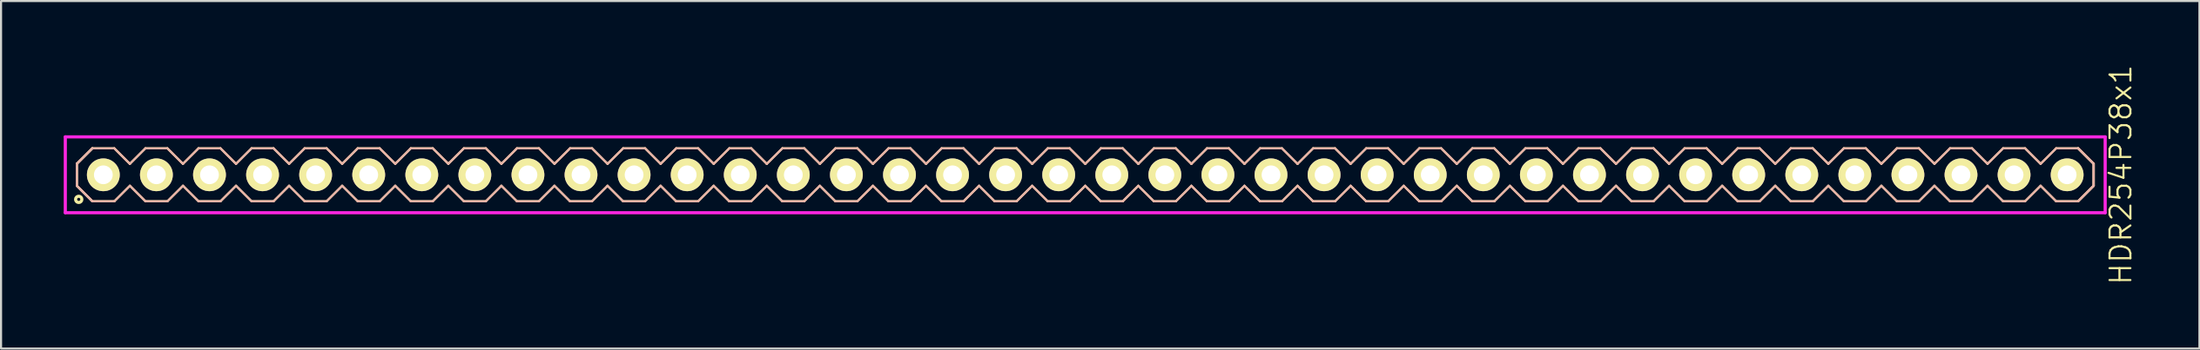
<source format=kicad_pcb>
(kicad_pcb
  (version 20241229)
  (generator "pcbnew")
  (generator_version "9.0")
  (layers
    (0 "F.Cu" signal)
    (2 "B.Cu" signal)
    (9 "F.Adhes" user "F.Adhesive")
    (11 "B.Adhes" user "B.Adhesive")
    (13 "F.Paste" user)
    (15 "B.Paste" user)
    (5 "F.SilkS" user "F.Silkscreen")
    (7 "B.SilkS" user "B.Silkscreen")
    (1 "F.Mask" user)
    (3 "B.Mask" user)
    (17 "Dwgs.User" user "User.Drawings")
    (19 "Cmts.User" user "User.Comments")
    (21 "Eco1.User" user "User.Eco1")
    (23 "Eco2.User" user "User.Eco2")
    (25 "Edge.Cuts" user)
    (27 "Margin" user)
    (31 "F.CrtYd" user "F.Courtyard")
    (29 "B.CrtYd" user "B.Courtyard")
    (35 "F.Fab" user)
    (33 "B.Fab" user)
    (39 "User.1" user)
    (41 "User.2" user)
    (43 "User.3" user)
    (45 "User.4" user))
  (footprint "HDR254P38x1"
    (layer "F.Cu")
    (at 48.885 5.336)
    (property "Reference" "HDR254P38x1" (at 49.56 0 90) (layer "F.SilkS") (effects (font (size 1 1) (thickness 0.1))))
    (attr through_hole)
    (fp_line (start -48.26 -0.526) (end -47.516 -1.27) (stroke (width 0.1) (type solid)) (layer "F.SilkS"))
    (fp_line (start -48.26 -0.526) (end -47.516 -1.27) (stroke (width 0.1) (type solid)) (layer "F.SilkS"))
    (fp_line (start -48.26 0.526) (end -48.26 -0.526) (stroke (width 0.1) (type solid)) (layer "F.SilkS"))
    (fp_line (start -48.26 0.526) (end -48.26 -0.526) (stroke (width 0.1) (type solid)) (layer "F.SilkS"))
    (fp_line (start -47.516 -1.27) (end -46.464 -1.27) (stroke (width 0.1) (type solid)) (layer "F.SilkS"))
    (fp_line (start -47.516 1.27) (end -48.26 0.526) (stroke (width 0.1) (type solid)) (layer "F.SilkS"))
    (fp_line (start -47.516 1.27) (end -48.26 0.526) (stroke (width 0.1) (type solid)) (layer "F.SilkS"))
    (fp_line (start -46.464 -1.27) (end -45.72 -0.526) (stroke (width 0.1) (type solid)) (layer "F.SilkS"))
    (fp_line (start -46.464 1.27) (end -47.516 1.27) (stroke (width 0.1) (type solid)) (layer "F.SilkS"))
    (fp_line (start -45.72 -0.526) (end -44.976 -1.27) (stroke (width 0.1) (type solid)) (layer "F.SilkS"))
    (fp_line (start -45.72 0.526) (end -46.464 1.27) (stroke (width 0.1) (type solid)) (layer "F.SilkS"))
    (fp_line (start -44.976 -1.27) (end -43.924 -1.27) (stroke (width 0.1) (type solid)) (layer "F.SilkS"))
    (fp_line (start -44.976 1.27) (end -45.72 0.526) (stroke (width 0.1) (type solid)) (layer "F.SilkS"))
    (fp_line (start -43.924 -1.27) (end -43.18 -0.526) (stroke (width 0.1) (type solid)) (layer "F.SilkS"))
    (fp_line (start -43.924 1.27) (end -44.976 1.27) (stroke (width 0.1) (type solid)) (layer "F.SilkS"))
    (fp_line (start -43.18 -0.526) (end -42.436 -1.27) (stroke (width 0.1) (type solid)) (layer "F.SilkS"))
    (fp_line (start -43.18 0.526) (end -43.924 1.27) (stroke (width 0.1) (type solid)) (layer "F.SilkS"))
    (fp_line (start -42.436 -1.27) (end -41.384 -1.27) (stroke (width 0.1) (type solid)) (layer "F.SilkS"))
    (fp_line (start -42.436 1.27) (end -43.18 0.526) (stroke (width 0.1) (type solid)) (layer "F.SilkS"))
    (fp_line (start -41.384 -1.27) (end -40.64 -0.526) (stroke (width 0.1) (type solid)) (layer "F.SilkS"))
    (fp_line (start -41.384 1.27) (end -42.436 1.27) (stroke (width 0.1) (type solid)) (layer "F.SilkS"))
    (fp_line (start -40.64 -0.526) (end -39.896 -1.27) (stroke (width 0.1) (type solid)) (layer "F.SilkS"))
    (fp_line (start -40.64 0.526) (end -41.384 1.27) (stroke (width 0.1) (type solid)) (layer "F.SilkS"))
    (fp_line (start -39.896 -1.27) (end -38.844 -1.27) (stroke (width 0.1) (type solid)) (layer "F.SilkS"))
    (fp_line (start -39.896 1.27) (end -40.64 0.526) (stroke (width 0.1) (type solid)) (layer "F.SilkS"))
    (fp_line (start -38.844 -1.27) (end -38.1 -0.526) (stroke (width 0.1) (type solid)) (layer "F.SilkS"))
    (fp_line (start -38.844 1.27) (end -39.896 1.27) (stroke (width 0.1) (type solid)) (layer "F.SilkS"))
    (fp_line (start -38.1 -0.526) (end -37.356 -1.27) (stroke (width 0.1) (type solid)) (layer "F.SilkS"))
    (fp_line (start -38.1 0.526) (end -38.844 1.27) (stroke (width 0.1) (type solid)) (layer "F.SilkS"))
    (fp_line (start -37.356 -1.27) (end -36.304 -1.27) (stroke (width 0.1) (type solid)) (layer "F.SilkS"))
    (fp_line (start -37.356 1.27) (end -38.1 0.526) (stroke (width 0.1) (type solid)) (layer "F.SilkS"))
    (fp_line (start -36.304 -1.27) (end -35.56 -0.526) (stroke (width 0.1) (type solid)) (layer "F.SilkS"))
    (fp_line (start -36.304 1.27) (end -37.356 1.27) (stroke (width 0.1) (type solid)) (layer "F.SilkS"))
    (fp_line (start -35.56 -0.526) (end -34.816 -1.27) (stroke (width 0.1) (type solid)) (layer "F.SilkS"))
    (fp_line (start -35.56 0.526) (end -36.304 1.27) (stroke (width 0.1) (type solid)) (layer "F.SilkS"))
    (fp_line (start -34.816 -1.27) (end -33.764 -1.27) (stroke (width 0.1) (type solid)) (layer "F.SilkS"))
    (fp_line (start -34.816 1.27) (end -35.56 0.526) (stroke (width 0.1) (type solid)) (layer "F.SilkS"))
    (fp_line (start -33.764 -1.27) (end -33.02 -0.526) (stroke (width 0.1) (type solid)) (layer "F.SilkS"))
    (fp_line (start -33.764 1.27) (end -34.816 1.27) (stroke (width 0.1) (type solid)) (layer "F.SilkS"))
    (fp_line (start -33.02 -0.526) (end -32.276 -1.27) (stroke (width 0.1) (type solid)) (layer "F.SilkS"))
    (fp_line (start -33.02 0.526) (end -33.764 1.27) (stroke (width 0.1) (type solid)) (layer "F.SilkS"))
    (fp_line (start -32.276 -1.27) (end -31.224 -1.27) (stroke (width 0.1) (type solid)) (layer "F.SilkS"))
    (fp_line (start -32.276 1.27) (end -33.02 0.526) (stroke (width 0.1) (type solid)) (layer "F.SilkS"))
    (fp_line (start -31.224 -1.27) (end -30.48 -0.526) (stroke (width 0.1) (type solid)) (layer "F.SilkS"))
    (fp_line (start -31.224 1.27) (end -32.276 1.27) (stroke (width 0.1) (type solid)) (layer "F.SilkS"))
    (fp_line (start -30.48 -0.526) (end -29.736 -1.27) (stroke (width 0.1) (type solid)) (layer "F.SilkS"))
    (fp_line (start -30.48 0.526) (end -31.224 1.27) (stroke (width 0.1) (type solid)) (layer "F.SilkS"))
    (fp_line (start -29.736 -1.27) (end -28.684 -1.27) (stroke (width 0.1) (type solid)) (layer "F.SilkS"))
    (fp_line (start -29.736 1.27) (end -30.48 0.526) (stroke (width 0.1) (type solid)) (layer "F.SilkS"))
    (fp_line (start -28.684 -1.27) (end -27.94 -0.526) (stroke (width 0.1) (type solid)) (layer "F.SilkS"))
    (fp_line (start -28.684 1.27) (end -29.736 1.27) (stroke (width 0.1) (type solid)) (layer "F.SilkS"))
    (fp_line (start -27.94 -0.526) (end -27.196 -1.27) (stroke (width 0.1) (type solid)) (layer "F.SilkS"))
    (fp_line (start -27.94 0.526) (end -28.684 1.27) (stroke (width 0.1) (type solid)) (layer "F.SilkS"))
    (fp_line (start -27.196 -1.27) (end -26.144 -1.27) (stroke (width 0.1) (type solid)) (layer "F.SilkS"))
    (fp_line (start -27.196 1.27) (end -27.94 0.526) (stroke (width 0.1) (type solid)) (layer "F.SilkS"))
    (fp_line (start -26.144 -1.27) (end -25.4 -0.526) (stroke (width 0.1) (type solid)) (layer "F.SilkS"))
    (fp_line (start -26.144 1.27) (end -27.196 1.27) (stroke (width 0.1) (type solid)) (layer "F.SilkS"))
    (fp_line (start -25.4 -0.526) (end -24.656 -1.27) (stroke (width 0.1) (type solid)) (layer "F.SilkS"))
    (fp_line (start -25.4 0.526) (end -26.144 1.27) (stroke (width 0.1) (type solid)) (layer "F.SilkS"))
    (fp_line (start -24.656 -1.27) (end -23.604 -1.27) (stroke (width 0.1) (type solid)) (layer "F.SilkS"))
    (fp_line (start -24.656 1.27) (end -25.4 0.526) (stroke (width 0.1) (type solid)) (layer "F.SilkS"))
    (fp_line (start -23.604 -1.27) (end -22.86 -0.526) (stroke (width 0.1) (type solid)) (layer "F.SilkS"))
    (fp_line (start -23.604 1.27) (end -24.656 1.27) (stroke (width 0.1) (type solid)) (layer "F.SilkS"))
    (fp_line (start -22.86 -0.526) (end -22.116 -1.27) (stroke (width 0.1) (type solid)) (layer "F.SilkS"))
    (fp_line (start -22.86 0.526) (end -23.604 1.27) (stroke (width 0.1) (type solid)) (layer "F.SilkS"))
    (fp_line (start -22.116 -1.27) (end -21.064 -1.27) (stroke (width 0.1) (type solid)) (layer "F.SilkS"))
    (fp_line (start -22.116 1.27) (end -22.86 0.526) (stroke (width 0.1) (type solid)) (layer "F.SilkS"))
    (fp_line (start -21.064 -1.27) (end -20.32 -0.526) (stroke (width 0.1) (type solid)) (layer "F.SilkS"))
    (fp_line (start -21.064 1.27) (end -22.116 1.27) (stroke (width 0.1) (type solid)) (layer "F.SilkS"))
    (fp_line (start -20.32 -0.526) (end -19.576 -1.27) (stroke (width 0.1) (type solid)) (layer "F.SilkS"))
    (fp_line (start -20.32 0.526) (end -21.064 1.27) (stroke (width 0.1) (type solid)) (layer "F.SilkS"))
    (fp_line (start -19.576 -1.27) (end -18.524 -1.27) (stroke (width 0.1) (type solid)) (layer "F.SilkS"))
    (fp_line (start -19.576 1.27) (end -20.32 0.526) (stroke (width 0.1) (type solid)) (layer "F.SilkS"))
    (fp_line (start -18.524 -1.27) (end -17.78 -0.526) (stroke (width 0.1) (type solid)) (layer "F.SilkS"))
    (fp_line (start -18.524 1.27) (end -19.576 1.27) (stroke (width 0.1) (type solid)) (layer "F.SilkS"))
    (fp_line (start -17.78 -0.526) (end -17.036 -1.27) (stroke (width 0.1) (type solid)) (layer "F.SilkS"))
    (fp_line (start -17.78 0.526) (end -18.524 1.27) (stroke (width 0.1) (type solid)) (layer "F.SilkS"))
    (fp_line (start -17.036 -1.27) (end -15.984 -1.27) (stroke (width 0.1) (type solid)) (layer "F.SilkS"))
    (fp_line (start -17.036 1.27) (end -17.78 0.526) (stroke (width 0.1) (type solid)) (layer "F.SilkS"))
    (fp_line (start -15.984 -1.27) (end -15.24 -0.526) (stroke (width 0.1) (type solid)) (layer "F.SilkS"))
    (fp_line (start -15.984 1.27) (end -17.036 1.27) (stroke (width 0.1) (type solid)) (layer "F.SilkS"))
    (fp_line (start -15.24 -0.526) (end -14.496 -1.27) (stroke (width 0.1) (type solid)) (layer "F.SilkS"))
    (fp_line (start -15.24 0.526) (end -15.984 1.27) (stroke (width 0.1) (type solid)) (layer "F.SilkS"))
    (fp_line (start -14.496 -1.27) (end -13.444 -1.27) (stroke (width 0.1) (type solid)) (layer "F.SilkS"))
    (fp_line (start -14.496 1.27) (end -15.24 0.526) (stroke (width 0.1) (type solid)) (layer "F.SilkS"))
    (fp_line (start -13.444 -1.27) (end -12.7 -0.526) (stroke (width 0.1) (type solid)) (layer "F.SilkS"))
    (fp_line (start -13.444 1.27) (end -14.496 1.27) (stroke (width 0.1) (type solid)) (layer "F.SilkS"))
    (fp_line (start -12.7 -0.526) (end -11.956 -1.27) (stroke (width 0.1) (type solid)) (layer "F.SilkS"))
    (fp_line (start -12.7 0.526) (end -13.444 1.27) (stroke (width 0.1) (type solid)) (layer "F.SilkS"))
    (fp_line (start -11.956 -1.27) (end -10.904 -1.27) (stroke (width 0.1) (type solid)) (layer "F.SilkS"))
    (fp_line (start -11.956 1.27) (end -12.7 0.526) (stroke (width 0.1) (type solid)) (layer "F.SilkS"))
    (fp_line (start -10.904 -1.27) (end -10.16 -0.526) (stroke (width 0.1) (type solid)) (layer "F.SilkS"))
    (fp_line (start -10.904 1.27) (end -11.956 1.27) (stroke (width 0.1) (type solid)) (layer "F.SilkS"))
    (fp_line (start -10.16 -0.526) (end -9.416 -1.27) (stroke (width 0.1) (type solid)) (layer "F.SilkS"))
    (fp_line (start -10.16 0.526) (end -10.904 1.27) (stroke (width 0.1) (type solid)) (layer "F.SilkS"))
    (fp_line (start -9.416 -1.27) (end -8.364 -1.27) (stroke (width 0.1) (type solid)) (layer "F.SilkS"))
    (fp_line (start -9.416 1.27) (end -10.16 0.526) (stroke (width 0.1) (type solid)) (layer "F.SilkS"))
    (fp_line (start -8.364 -1.27) (end -7.62 -0.526) (stroke (width 0.1) (type solid)) (layer "F.SilkS"))
    (fp_line (start -8.364 1.27) (end -9.416 1.27) (stroke (width 0.1) (type solid)) (layer "F.SilkS"))
    (fp_line (start -7.62 -0.526) (end -6.876 -1.27) (stroke (width 0.1) (type solid)) (layer "F.SilkS"))
    (fp_line (start -7.62 0.526) (end -8.364 1.27) (stroke (width 0.1) (type solid)) (layer "F.SilkS"))
    (fp_line (start -6.876 -1.27) (end -5.824 -1.27) (stroke (width 0.1) (type solid)) (layer "F.SilkS"))
    (fp_line (start -6.876 1.27) (end -7.62 0.526) (stroke (width 0.1) (type solid)) (layer "F.SilkS"))
    (fp_line (start -5.824 -1.27) (end -5.08 -0.526) (stroke (width 0.1) (type solid)) (layer "F.SilkS"))
    (fp_line (start -5.824 1.27) (end -6.876 1.27) (stroke (width 0.1) (type solid)) (layer "F.SilkS"))
    (fp_line (start -5.08 -0.526) (end -4.336 -1.27) (stroke (width 0.1) (type solid)) (layer "F.SilkS"))
    (fp_line (start -5.08 0.526) (end -5.824 1.27) (stroke (width 0.1) (type solid)) (layer "F.SilkS"))
    (fp_line (start -4.336 -1.27) (end -3.284 -1.27) (stroke (width 0.1) (type solid)) (layer "F.SilkS"))
    (fp_line (start -4.336 1.27) (end -5.08 0.526) (stroke (width 0.1) (type solid)) (layer "F.SilkS"))
    (fp_line (start -3.284 -1.27) (end -2.54 -0.526) (stroke (width 0.1) (type solid)) (layer "F.SilkS"))
    (fp_line (start -3.284 1.27) (end -4.336 1.27) (stroke (width 0.1) (type solid)) (layer "F.SilkS"))
    (fp_line (start -2.54 -0.526) (end -1.796 -1.27) (stroke (width 0.1) (type solid)) (layer "F.SilkS"))
    (fp_line (start -2.54 0.526) (end -3.284 1.27) (stroke (width 0.1) (type solid)) (layer "F.SilkS"))
    (fp_line (start -1.796 -1.27) (end -0.744 -1.27) (stroke (width 0.1) (type solid)) (layer "F.SilkS"))
    (fp_line (start -1.796 1.27) (end -2.54 0.526) (stroke (width 0.1) (type solid)) (layer "F.SilkS"))
    (fp_line (start -0.744 -1.27) (end 0 -0.526) (stroke (width 0.1) (type solid)) (layer "F.SilkS"))
    (fp_line (start -0.744 1.27) (end -1.796 1.27) (stroke (width 0.1) (type solid)) (layer "F.SilkS"))
    (fp_line (start 0 -0.526) (end 0.744 -1.27) (stroke (width 0.1) (type solid)) (layer "F.SilkS"))
    (fp_line (start 0 0.526) (end -0.744 1.27) (stroke (width 0.1) (type solid)) (layer "F.SilkS"))
    (fp_line (start 0.744 -1.27) (end 1.796 -1.27) (stroke (width 0.1) (type solid)) (layer "F.SilkS"))
    (fp_line (start 0.744 1.27) (end 0 0.526) (stroke (width 0.1) (type solid)) (layer "F.SilkS"))
    (fp_line (start 1.796 -1.27) (end 2.54 -0.526) (stroke (width 0.1) (type solid)) (layer "F.SilkS"))
    (fp_line (start 1.796 1.27) (end 0.744 1.27) (stroke (width 0.1) (type solid)) (layer "F.SilkS"))
    (fp_line (start 2.54 -0.526) (end 3.284 -1.27) (stroke (width 0.1) (type solid)) (layer "F.SilkS"))
    (fp_line (start 2.54 0.526) (end 1.796 1.27) (stroke (width 0.1) (type solid)) (layer "F.SilkS"))
    (fp_line (start 3.284 -1.27) (end 4.336 -1.27) (stroke (width 0.1) (type solid)) (layer "F.SilkS"))
    (fp_line (start 3.284 1.27) (end 2.54 0.526) (stroke (width 0.1) (type solid)) (layer "F.SilkS"))
    (fp_line (start 4.336 -1.27) (end 5.08 -0.526) (stroke (width 0.1) (type solid)) (layer "F.SilkS"))
    (fp_line (start 4.336 1.27) (end 3.284 1.27) (stroke (width 0.1) (type solid)) (layer "F.SilkS"))
    (fp_line (start 5.08 -0.526) (end 5.824 -1.27) (stroke (width 0.1) (type solid)) (layer "F.SilkS"))
    (fp_line (start 5.08 0.526) (end 4.336 1.27) (stroke (width 0.1) (type solid)) (layer "F.SilkS"))
    (fp_line (start 5.824 -1.27) (end 6.876 -1.27) (stroke (width 0.1) (type solid)) (layer "F.SilkS"))
    (fp_line (start 5.824 1.27) (end 5.08 0.526) (stroke (width 0.1) (type solid)) (layer "F.SilkS"))
    (fp_line (start 6.876 -1.27) (end 7.62 -0.526) (stroke (width 0.1) (type solid)) (layer "F.SilkS"))
    (fp_line (start 6.876 1.27) (end 5.824 1.27) (stroke (width 0.1) (type solid)) (layer "F.SilkS"))
    (fp_line (start 7.62 -0.526) (end 8.364 -1.27) (stroke (width 0.1) (type solid)) (layer "F.SilkS"))
    (fp_line (start 7.62 0.526) (end 6.876 1.27) (stroke (width 0.1) (type solid)) (layer "F.SilkS"))
    (fp_line (start 8.364 -1.27) (end 9.416 -1.27) (stroke (width 0.1) (type solid)) (layer "F.SilkS"))
    (fp_line (start 8.364 1.27) (end 7.62 0.526) (stroke (width 0.1) (type solid)) (layer "F.SilkS"))
    (fp_line (start 9.416 -1.27) (end 10.16 -0.526) (stroke (width 0.1) (type solid)) (layer "F.SilkS"))
    (fp_line (start 9.416 1.27) (end 8.364 1.27) (stroke (width 0.1) (type solid)) (layer "F.SilkS"))
    (fp_line (start 10.16 -0.526) (end 10.904 -1.27) (stroke (width 0.1) (type solid)) (layer "F.SilkS"))
    (fp_line (start 10.16 0.526) (end 9.416 1.27) (stroke (width 0.1) (type solid)) (layer "F.SilkS"))
    (fp_line (start 10.904 -1.27) (end 11.956 -1.27) (stroke (width 0.1) (type solid)) (layer "F.SilkS"))
    (fp_line (start 10.904 1.27) (end 10.16 0.526) (stroke (width 0.1) (type solid)) (layer "F.SilkS"))
    (fp_line (start 11.956 -1.27) (end 12.7 -0.526) (stroke (width 0.1) (type solid)) (layer "F.SilkS"))
    (fp_line (start 11.956 1.27) (end 10.904 1.27) (stroke (width 0.1) (type solid)) (layer "F.SilkS"))
    (fp_line (start 12.7 -0.526) (end 13.444 -1.27) (stroke (width 0.1) (type solid)) (layer "F.SilkS"))
    (fp_line (start 12.7 0.526) (end 11.956 1.27) (stroke (width 0.1) (type solid)) (layer "F.SilkS"))
    (fp_line (start 13.444 -1.27) (end 14.496 -1.27) (stroke (width 0.1) (type solid)) (layer "F.SilkS"))
    (fp_line (start 13.444 1.27) (end 12.7 0.526) (stroke (width 0.1) (type solid)) (layer "F.SilkS"))
    (fp_line (start 14.496 -1.27) (end 15.24 -0.526) (stroke (width 0.1) (type solid)) (layer "F.SilkS"))
    (fp_line (start 14.496 1.27) (end 13.444 1.27) (stroke (width 0.1) (type solid)) (layer "F.SilkS"))
    (fp_line (start 15.24 -0.526) (end 15.984 -1.27) (stroke (width 0.1) (type solid)) (layer "F.SilkS"))
    (fp_line (start 15.24 0.526) (end 14.496 1.27) (stroke (width 0.1) (type solid)) (layer "F.SilkS"))
    (fp_line (start 15.984 -1.27) (end 17.036 -1.27) (stroke (width 0.1) (type solid)) (layer "F.SilkS"))
    (fp_line (start 15.984 1.27) (end 15.24 0.526) (stroke (width 0.1) (type solid)) (layer "F.SilkS"))
    (fp_line (start 17.036 -1.27) (end 17.78 -0.526) (stroke (width 0.1) (type solid)) (layer "F.SilkS"))
    (fp_line (start 17.036 1.27) (end 15.984 1.27) (stroke (width 0.1) (type solid)) (layer "F.SilkS"))
    (fp_line (start 17.78 -0.526) (end 18.524 -1.27) (stroke (width 0.1) (type solid)) (layer "F.SilkS"))
    (fp_line (start 17.78 0.526) (end 17.036 1.27) (stroke (width 0.1) (type solid)) (layer "F.SilkS"))
    (fp_line (start 18.524 -1.27) (end 19.576 -1.27) (stroke (width 0.1) (type solid)) (layer "F.SilkS"))
    (fp_line (start 18.524 1.27) (end 17.78 0.526) (stroke (width 0.1) (type solid)) (layer "F.SilkS"))
    (fp_line (start 19.576 -1.27) (end 20.32 -0.526) (stroke (width 0.1) (type solid)) (layer "F.SilkS"))
    (fp_line (start 19.576 1.27) (end 18.524 1.27) (stroke (width 0.1) (type solid)) (layer "F.SilkS"))
    (fp_line (start 20.32 -0.526) (end 21.064 -1.27) (stroke (width 0.1) (type solid)) (layer "F.SilkS"))
    (fp_line (start 20.32 0.526) (end 19.576 1.27) (stroke (width 0.1) (type solid)) (layer "F.SilkS"))
    (fp_line (start 21.064 -1.27) (end 22.116 -1.27) (stroke (width 0.1) (type solid)) (layer "F.SilkS"))
    (fp_line (start 21.064 1.27) (end 20.32 0.526) (stroke (width 0.1) (type solid)) (layer "F.SilkS"))
    (fp_line (start 22.116 -1.27) (end 22.86 -0.526) (stroke (width 0.1) (type solid)) (layer "F.SilkS"))
    (fp_line (start 22.116 1.27) (end 21.064 1.27) (stroke (width 0.1) (type solid)) (layer "F.SilkS"))
    (fp_line (start 22.86 -0.526) (end 23.604 -1.27) (stroke (width 0.1) (type solid)) (layer "F.SilkS"))
    (fp_line (start 22.86 0.526) (end 22.116 1.27) (stroke (width 0.1) (type solid)) (layer "F.SilkS"))
    (fp_line (start 23.604 -1.27) (end 24.656 -1.27) (stroke (width 0.1) (type solid)) (layer "F.SilkS"))
    (fp_line (start 23.604 1.27) (end 22.86 0.526) (stroke (width 0.1) (type solid)) (layer "F.SilkS"))
    (fp_line (start 24.656 -1.27) (end 25.4 -0.526) (stroke (width 0.1) (type solid)) (layer "F.SilkS"))
    (fp_line (start 24.656 1.27) (end 23.604 1.27) (stroke (width 0.1) (type solid)) (layer "F.SilkS"))
    (fp_line (start 25.4 -0.526) (end 26.144 -1.27) (stroke (width 0.1) (type solid)) (layer "F.SilkS"))
    (fp_line (start 25.4 0.526) (end 24.656 1.27) (stroke (width 0.1) (type solid)) (layer "F.SilkS"))
    (fp_line (start 26.144 -1.27) (end 27.196 -1.27) (stroke (width 0.1) (type solid)) (layer "F.SilkS"))
    (fp_line (start 26.144 1.27) (end 25.4 0.526) (stroke (width 0.1) (type solid)) (layer "F.SilkS"))
    (fp_line (start 27.196 -1.27) (end 27.94 -0.526) (stroke (width 0.1) (type solid)) (layer "F.SilkS"))
    (fp_line (start 27.196 1.27) (end 26.144 1.27) (stroke (width 0.1) (type solid)) (layer "F.SilkS"))
    (fp_line (start 27.94 -0.526) (end 28.684 -1.27) (stroke (width 0.1) (type solid)) (layer "F.SilkS"))
    (fp_line (start 27.94 0.526) (end 27.196 1.27) (stroke (width 0.1) (type solid)) (layer "F.SilkS"))
    (fp_line (start 28.684 -1.27) (end 29.736 -1.27) (stroke (width 0.1) (type solid)) (layer "F.SilkS"))
    (fp_line (start 28.684 1.27) (end 27.94 0.526) (stroke (width 0.1) (type solid)) (layer "F.SilkS"))
    (fp_line (start 29.736 -1.27) (end 30.48 -0.526) (stroke (width 0.1) (type solid)) (layer "F.SilkS"))
    (fp_line (start 29.736 1.27) (end 28.684 1.27) (stroke (width 0.1) (type solid)) (layer "F.SilkS"))
    (fp_line (start 30.48 -0.526) (end 31.224 -1.27) (stroke (width 0.1) (type solid)) (layer "F.SilkS"))
    (fp_line (start 30.48 0.526) (end 29.736 1.27) (stroke (width 0.1) (type solid)) (layer "F.SilkS"))
    (fp_line (start 31.224 -1.27) (end 32.276 -1.27) (stroke (width 0.1) (type solid)) (layer "F.SilkS"))
    (fp_line (start 31.224 1.27) (end 30.48 0.526) (stroke (width 0.1) (type solid)) (layer "F.SilkS"))
    (fp_line (start 32.276 -1.27) (end 33.02 -0.526) (stroke (width 0.1) (type solid)) (layer "F.SilkS"))
    (fp_line (start 32.276 1.27) (end 31.224 1.27) (stroke (width 0.1) (type solid)) (layer "F.SilkS"))
    (fp_line (start 33.02 -0.526) (end 33.764 -1.27) (stroke (width 0.1) (type solid)) (layer "F.SilkS"))
    (fp_line (start 33.02 0.526) (end 32.276 1.27) (stroke (width 0.1) (type solid)) (layer "F.SilkS"))
    (fp_line (start 33.764 -1.27) (end 34.816 -1.27) (stroke (width 0.1) (type solid)) (layer "F.SilkS"))
    (fp_line (start 33.764 1.27) (end 33.02 0.526) (stroke (width 0.1) (type solid)) (layer "F.SilkS"))
    (fp_line (start 34.816 -1.27) (end 35.56 -0.526) (stroke (width 0.1) (type solid)) (layer "F.SilkS"))
    (fp_line (start 34.816 1.27) (end 33.764 1.27) (stroke (width 0.1) (type solid)) (layer "F.SilkS"))
    (fp_line (start 35.56 -0.526) (end 36.304 -1.27) (stroke (width 0.1) (type solid)) (layer "F.SilkS"))
    (fp_line (start 35.56 0.526) (end 34.816 1.27) (stroke (width 0.1) (type solid)) (layer "F.SilkS"))
    (fp_line (start 36.304 -1.27) (end 37.356 -1.27) (stroke (width 0.1) (type solid)) (layer "F.SilkS"))
    (fp_line (start 36.304 1.27) (end 35.56 0.526) (stroke (width 0.1) (type solid)) (layer "F.SilkS"))
    (fp_line (start 37.356 -1.27) (end 38.1 -0.526) (stroke (width 0.1) (type solid)) (layer "F.SilkS"))
    (fp_line (start 37.356 1.27) (end 36.304 1.27) (stroke (width 0.1) (type solid)) (layer "F.SilkS"))
    (fp_line (start 38.1 -0.526) (end 38.844 -1.27) (stroke (width 0.1) (type solid)) (layer "F.SilkS"))
    (fp_line (start 38.1 0.526) (end 37.356 1.27) (stroke (width 0.1) (type solid)) (layer "F.SilkS"))
    (fp_line (start 38.844 -1.27) (end 39.896 -1.27) (stroke (width 0.1) (type solid)) (layer "F.SilkS"))
    (fp_line (start 38.844 1.27) (end 38.1 0.526) (stroke (width 0.1) (type solid)) (layer "F.SilkS"))
    (fp_line (start 39.896 -1.27) (end 40.64 -0.526) (stroke (width 0.1) (type solid)) (layer "F.SilkS"))
    (fp_line (start 39.896 1.27) (end 38.844 1.27) (stroke (width 0.1) (type solid)) (layer "F.SilkS"))
    (fp_line (start 40.64 -0.526) (end 41.384 -1.27) (stroke (width 0.1) (type solid)) (layer "F.SilkS"))
    (fp_line (start 40.64 0.526) (end 39.896 1.27) (stroke (width 0.1) (type solid)) (layer "F.SilkS"))
    (fp_line (start 41.384 -1.27) (end 42.436 -1.27) (stroke (width 0.1) (type solid)) (layer "F.SilkS"))
    (fp_line (start 41.384 1.27) (end 40.64 0.526) (stroke (width 0.1) (type solid)) (layer "F.SilkS"))
    (fp_line (start 42.436 -1.27) (end 43.18 -0.526) (stroke (width 0.1) (type solid)) (layer "F.SilkS"))
    (fp_line (start 42.436 1.27) (end 41.384 1.27) (stroke (width 0.1) (type solid)) (layer "F.SilkS"))
    (fp_line (start 43.18 -0.526) (end 43.924 -1.27) (stroke (width 0.1) (type solid)) (layer "F.SilkS"))
    (fp_line (start 43.18 0.526) (end 42.436 1.27) (stroke (width 0.1) (type solid)) (layer "F.SilkS"))
    (fp_line (start 43.924 -1.27) (end 44.976 -1.27) (stroke (width 0.1) (type solid)) (layer "F.SilkS"))
    (fp_line (start 43.924 1.27) (end 43.18 0.526) (stroke (width 0.1) (type solid)) (layer "F.SilkS"))
    (fp_line (start 44.976 -1.27) (end 45.72 -0.526) (stroke (width 0.1) (type solid)) (layer "F.SilkS"))
    (fp_line (start 44.976 1.27) (end 43.924 1.27) (stroke (width 0.1) (type solid)) (layer "F.SilkS"))
    (fp_line (start 45.72 -0.526) (end 46.464 -1.27) (stroke (width 0.1) (type solid)) (layer "F.SilkS"))
    (fp_line (start 45.72 0.526) (end 44.976 1.27) (stroke (width 0.1) (type solid)) (layer "F.SilkS"))
    (fp_line (start 46.464 -1.27) (end 47.516 -1.27) (stroke (width 0.1) (type solid)) (layer "F.SilkS"))
    (fp_line (start 46.464 1.27) (end 45.72 0.526) (stroke (width 0.1) (type solid)) (layer "F.SilkS"))
    (fp_line (start 47.516 -1.27) (end 48.26 -0.526) (stroke (width 0.1) (type solid)) (layer "F.SilkS"))
    (fp_line (start 47.516 -1.27) (end 48.26 -0.526) (stroke (width 0.1) (type solid)) (layer "F.SilkS"))
    (fp_line (start 47.516 1.27) (end 46.464 1.27) (stroke (width 0.1) (type solid)) (layer "F.SilkS"))
    (fp_line (start 48.26 -0.526) (end 48.26 0.526) (stroke (width 0.1) (type solid)) (layer "F.SilkS"))
    (fp_line (start 48.26 -0.526) (end 48.26 0.526) (stroke (width 0.1) (type solid)) (layer "F.SilkS"))
    (fp_line (start 48.26 0.526) (end 47.516 1.27) (stroke (width 0.1) (type solid)) (layer "F.SilkS"))
    (fp_line (start 48.26 0.526) (end 47.516 1.27) (stroke (width 0.1) (type solid)) (layer "F.SilkS"))
    (fp_circle (center -48.168 1.178) (end -48.018 1.178) (stroke (width 0.15) (type solid)) (fill no) (layer "F.SilkS"))
    (fp_line (start -48.26 -0.526) (end -47.516 -1.27) (stroke (width 0.1) (type solid)) (layer "B.SilkS"))
    (fp_line (start -48.26 -0.526) (end -47.516 -1.27) (stroke (width 0.1) (type solid)) (layer "B.SilkS"))
    (fp_line (start -48.26 0.526) (end -48.26 -0.526) (stroke (width 0.1) (type solid)) (layer "B.SilkS"))
    (fp_line (start -48.26 0.526) (end -48.26 -0.526) (stroke (width 0.1) (type solid)) (layer "B.SilkS"))
    (fp_line (start -47.516 -1.27) (end -46.464 -1.27) (stroke (width 0.1) (type solid)) (layer "B.SilkS"))
    (fp_line (start -47.516 1.27) (end -48.26 0.526) (stroke (width 0.1) (type solid)) (layer "B.SilkS"))
    (fp_line (start -47.516 1.27) (end -48.26 0.526) (stroke (width 0.1) (type solid)) (layer "B.SilkS"))
    (fp_line (start -46.464 -1.27) (end -45.72 -0.526) (stroke (width 0.1) (type solid)) (layer "B.SilkS"))
    (fp_line (start -46.464 1.27) (end -47.516 1.27) (stroke (width 0.1) (type solid)) (layer "B.SilkS"))
    (fp_line (start -45.72 -0.526) (end -44.976 -1.27) (stroke (width 0.1) (type solid)) (layer "B.SilkS"))
    (fp_line (start -45.72 0.526) (end -46.464 1.27) (stroke (width 0.1) (type solid)) (layer "B.SilkS"))
    (fp_line (start -44.976 -1.27) (end -43.924 -1.27) (stroke (width 0.1) (type solid)) (layer "B.SilkS"))
    (fp_line (start -44.976 1.27) (end -45.72 0.526) (stroke (width 0.1) (type solid)) (layer "B.SilkS"))
    (fp_line (start -43.924 -1.27) (end -43.18 -0.526) (stroke (width 0.1) (type solid)) (layer "B.SilkS"))
    (fp_line (start -43.924 1.27) (end -44.976 1.27) (stroke (width 0.1) (type solid)) (layer "B.SilkS"))
    (fp_line (start -43.18 -0.526) (end -42.436 -1.27) (stroke (width 0.1) (type solid)) (layer "B.SilkS"))
    (fp_line (start -43.18 0.526) (end -43.924 1.27) (stroke (width 0.1) (type solid)) (layer "B.SilkS"))
    (fp_line (start -42.436 -1.27) (end -41.384 -1.27) (stroke (width 0.1) (type solid)) (layer "B.SilkS"))
    (fp_line (start -42.436 1.27) (end -43.18 0.526) (stroke (width 0.1) (type solid)) (layer "B.SilkS"))
    (fp_line (start -41.384 -1.27) (end -40.64 -0.526) (stroke (width 0.1) (type solid)) (layer "B.SilkS"))
    (fp_line (start -41.384 1.27) (end -42.436 1.27) (stroke (width 0.1) (type solid)) (layer "B.SilkS"))
    (fp_line (start -40.64 -0.526) (end -39.896 -1.27) (stroke (width 0.1) (type solid)) (layer "B.SilkS"))
    (fp_line (start -40.64 0.526) (end -41.384 1.27) (stroke (width 0.1) (type solid)) (layer "B.SilkS"))
    (fp_line (start -39.896 -1.27) (end -38.844 -1.27) (stroke (width 0.1) (type solid)) (layer "B.SilkS"))
    (fp_line (start -39.896 1.27) (end -40.64 0.526) (stroke (width 0.1) (type solid)) (layer "B.SilkS"))
    (fp_line (start -38.844 -1.27) (end -38.1 -0.526) (stroke (width 0.1) (type solid)) (layer "B.SilkS"))
    (fp_line (start -38.844 1.27) (end -39.896 1.27) (stroke (width 0.1) (type solid)) (layer "B.SilkS"))
    (fp_line (start -38.1 -0.526) (end -37.356 -1.27) (stroke (width 0.1) (type solid)) (layer "B.SilkS"))
    (fp_line (start -38.1 0.526) (end -38.844 1.27) (stroke (width 0.1) (type solid)) (layer "B.SilkS"))
    (fp_line (start -37.356 -1.27) (end -36.304 -1.27) (stroke (width 0.1) (type solid)) (layer "B.SilkS"))
    (fp_line (start -37.356 1.27) (end -38.1 0.526) (stroke (width 0.1) (type solid)) (layer "B.SilkS"))
    (fp_line (start -36.304 -1.27) (end -35.56 -0.526) (stroke (width 0.1) (type solid)) (layer "B.SilkS"))
    (fp_line (start -36.304 1.27) (end -37.356 1.27) (stroke (width 0.1) (type solid)) (layer "B.SilkS"))
    (fp_line (start -35.56 -0.526) (end -34.816 -1.27) (stroke (width 0.1) (type solid)) (layer "B.SilkS"))
    (fp_line (start -35.56 0.526) (end -36.304 1.27) (stroke (width 0.1) (type solid)) (layer "B.SilkS"))
    (fp_line (start -34.816 -1.27) (end -33.764 -1.27) (stroke (width 0.1) (type solid)) (layer "B.SilkS"))
    (fp_line (start -34.816 1.27) (end -35.56 0.526) (stroke (width 0.1) (type solid)) (layer "B.SilkS"))
    (fp_line (start -33.764 -1.27) (end -33.02 -0.526) (stroke (width 0.1) (type solid)) (layer "B.SilkS"))
    (fp_line (start -33.764 1.27) (end -34.816 1.27) (stroke (width 0.1) (type solid)) (layer "B.SilkS"))
    (fp_line (start -33.02 -0.526) (end -32.276 -1.27) (stroke (width 0.1) (type solid)) (layer "B.SilkS"))
    (fp_line (start -33.02 0.526) (end -33.764 1.27) (stroke (width 0.1) (type solid)) (layer "B.SilkS"))
    (fp_line (start -32.276 -1.27) (end -31.224 -1.27) (stroke (width 0.1) (type solid)) (layer "B.SilkS"))
    (fp_line (start -32.276 1.27) (end -33.02 0.526) (stroke (width 0.1) (type solid)) (layer "B.SilkS"))
    (fp_line (start -31.224 -1.27) (end -30.48 -0.526) (stroke (width 0.1) (type solid)) (layer "B.SilkS"))
    (fp_line (start -31.224 1.27) (end -32.276 1.27) (stroke (width 0.1) (type solid)) (layer "B.SilkS"))
    (fp_line (start -30.48 -0.526) (end -29.736 -1.27) (stroke (width 0.1) (type solid)) (layer "B.SilkS"))
    (fp_line (start -30.48 0.526) (end -31.224 1.27) (stroke (width 0.1) (type solid)) (layer "B.SilkS"))
    (fp_line (start -29.736 -1.27) (end -28.684 -1.27) (stroke (width 0.1) (type solid)) (layer "B.SilkS"))
    (fp_line (start -29.736 1.27) (end -30.48 0.526) (stroke (width 0.1) (type solid)) (layer "B.SilkS"))
    (fp_line (start -28.684 -1.27) (end -27.94 -0.526) (stroke (width 0.1) (type solid)) (layer "B.SilkS"))
    (fp_line (start -28.684 1.27) (end -29.736 1.27) (stroke (width 0.1) (type solid)) (layer "B.SilkS"))
    (fp_line (start -27.94 -0.526) (end -27.196 -1.27) (stroke (width 0.1) (type solid)) (layer "B.SilkS"))
    (fp_line (start -27.94 0.526) (end -28.684 1.27) (stroke (width 0.1) (type solid)) (layer "B.SilkS"))
    (fp_line (start -27.196 -1.27) (end -26.144 -1.27) (stroke (width 0.1) (type solid)) (layer "B.SilkS"))
    (fp_line (start -27.196 1.27) (end -27.94 0.526) (stroke (width 0.1) (type solid)) (layer "B.SilkS"))
    (fp_line (start -26.144 -1.27) (end -25.4 -0.526) (stroke (width 0.1) (type solid)) (layer "B.SilkS"))
    (fp_line (start -26.144 1.27) (end -27.196 1.27) (stroke (width 0.1) (type solid)) (layer "B.SilkS"))
    (fp_line (start -25.4 -0.526) (end -24.656 -1.27) (stroke (width 0.1) (type solid)) (layer "B.SilkS"))
    (fp_line (start -25.4 0.526) (end -26.144 1.27) (stroke (width 0.1) (type solid)) (layer "B.SilkS"))
    (fp_line (start -24.656 -1.27) (end -23.604 -1.27) (stroke (width 0.1) (type solid)) (layer "B.SilkS"))
    (fp_line (start -24.656 1.27) (end -25.4 0.526) (stroke (width 0.1) (type solid)) (layer "B.SilkS"))
    (fp_line (start -23.604 -1.27) (end -22.86 -0.526) (stroke (width 0.1) (type solid)) (layer "B.SilkS"))
    (fp_line (start -23.604 1.27) (end -24.656 1.27) (stroke (width 0.1) (type solid)) (layer "B.SilkS"))
    (fp_line (start -22.86 -0.526) (end -22.116 -1.27) (stroke (width 0.1) (type solid)) (layer "B.SilkS"))
    (fp_line (start -22.86 0.526) (end -23.604 1.27) (stroke (width 0.1) (type solid)) (layer "B.SilkS"))
    (fp_line (start -22.116 -1.27) (end -21.064 -1.27) (stroke (width 0.1) (type solid)) (layer "B.SilkS"))
    (fp_line (start -22.116 1.27) (end -22.86 0.526) (stroke (width 0.1) (type solid)) (layer "B.SilkS"))
    (fp_line (start -21.064 -1.27) (end -20.32 -0.526) (stroke (width 0.1) (type solid)) (layer "B.SilkS"))
    (fp_line (start -21.064 1.27) (end -22.116 1.27) (stroke (width 0.1) (type solid)) (layer "B.SilkS"))
    (fp_line (start -20.32 -0.526) (end -19.576 -1.27) (stroke (width 0.1) (type solid)) (layer "B.SilkS"))
    (fp_line (start -20.32 0.526) (end -21.064 1.27) (stroke (width 0.1) (type solid)) (layer "B.SilkS"))
    (fp_line (start -19.576 -1.27) (end -18.524 -1.27) (stroke (width 0.1) (type solid)) (layer "B.SilkS"))
    (fp_line (start -19.576 1.27) (end -20.32 0.526) (stroke (width 0.1) (type solid)) (layer "B.SilkS"))
    (fp_line (start -18.524 -1.27) (end -17.78 -0.526) (stroke (width 0.1) (type solid)) (layer "B.SilkS"))
    (fp_line (start -18.524 1.27) (end -19.576 1.27) (stroke (width 0.1) (type solid)) (layer "B.SilkS"))
    (fp_line (start -17.78 -0.526) (end -17.036 -1.27) (stroke (width 0.1) (type solid)) (layer "B.SilkS"))
    (fp_line (start -17.78 0.526) (end -18.524 1.27) (stroke (width 0.1) (type solid)) (layer "B.SilkS"))
    (fp_line (start -17.036 -1.27) (end -15.984 -1.27) (stroke (width 0.1) (type solid)) (layer "B.SilkS"))
    (fp_line (start -17.036 1.27) (end -17.78 0.526) (stroke (width 0.1) (type solid)) (layer "B.SilkS"))
    (fp_line (start -15.984 -1.27) (end -15.24 -0.526) (stroke (width 0.1) (type solid)) (layer "B.SilkS"))
    (fp_line (start -15.984 1.27) (end -17.036 1.27) (stroke (width 0.1) (type solid)) (layer "B.SilkS"))
    (fp_line (start -15.24 -0.526) (end -14.496 -1.27) (stroke (width 0.1) (type solid)) (layer "B.SilkS"))
    (fp_line (start -15.24 0.526) (end -15.984 1.27) (stroke (width 0.1) (type solid)) (layer "B.SilkS"))
    (fp_line (start -14.496 -1.27) (end -13.444 -1.27) (stroke (width 0.1) (type solid)) (layer "B.SilkS"))
    (fp_line (start -14.496 1.27) (end -15.24 0.526) (stroke (width 0.1) (type solid)) (layer "B.SilkS"))
    (fp_line (start -13.444 -1.27) (end -12.7 -0.526) (stroke (width 0.1) (type solid)) (layer "B.SilkS"))
    (fp_line (start -13.444 1.27) (end -14.496 1.27) (stroke (width 0.1) (type solid)) (layer "B.SilkS"))
    (fp_line (start -12.7 -0.526) (end -11.956 -1.27) (stroke (width 0.1) (type solid)) (layer "B.SilkS"))
    (fp_line (start -12.7 0.526) (end -13.444 1.27) (stroke (width 0.1) (type solid)) (layer "B.SilkS"))
    (fp_line (start -11.956 -1.27) (end -10.904 -1.27) (stroke (width 0.1) (type solid)) (layer "B.SilkS"))
    (fp_line (start -11.956 1.27) (end -12.7 0.526) (stroke (width 0.1) (type solid)) (layer "B.SilkS"))
    (fp_line (start -10.904 -1.27) (end -10.16 -0.526) (stroke (width 0.1) (type solid)) (layer "B.SilkS"))
    (fp_line (start -10.904 1.27) (end -11.956 1.27) (stroke (width 0.1) (type solid)) (layer "B.SilkS"))
    (fp_line (start -10.16 -0.526) (end -9.416 -1.27) (stroke (width 0.1) (type solid)) (layer "B.SilkS"))
    (fp_line (start -10.16 0.526) (end -10.904 1.27) (stroke (width 0.1) (type solid)) (layer "B.SilkS"))
    (fp_line (start -9.416 -1.27) (end -8.364 -1.27) (stroke (width 0.1) (type solid)) (layer "B.SilkS"))
    (fp_line (start -9.416 1.27) (end -10.16 0.526) (stroke (width 0.1) (type solid)) (layer "B.SilkS"))
    (fp_line (start -8.364 -1.27) (end -7.62 -0.526) (stroke (width 0.1) (type solid)) (layer "B.SilkS"))
    (fp_line (start -8.364 1.27) (end -9.416 1.27) (stroke (width 0.1) (type solid)) (layer "B.SilkS"))
    (fp_line (start -7.62 -0.526) (end -6.876 -1.27) (stroke (width 0.1) (type solid)) (layer "B.SilkS"))
    (fp_line (start -7.62 0.526) (end -8.364 1.27) (stroke (width 0.1) (type solid)) (layer "B.SilkS"))
    (fp_line (start -6.876 -1.27) (end -5.824 -1.27) (stroke (width 0.1) (type solid)) (layer "B.SilkS"))
    (fp_line (start -6.876 1.27) (end -7.62 0.526) (stroke (width 0.1) (type solid)) (layer "B.SilkS"))
    (fp_line (start -5.824 -1.27) (end -5.08 -0.526) (stroke (width 0.1) (type solid)) (layer "B.SilkS"))
    (fp_line (start -5.824 1.27) (end -6.876 1.27) (stroke (width 0.1) (type solid)) (layer "B.SilkS"))
    (fp_line (start -5.08 -0.526) (end -4.336 -1.27) (stroke (width 0.1) (type solid)) (layer "B.SilkS"))
    (fp_line (start -5.08 0.526) (end -5.824 1.27) (stroke (width 0.1) (type solid)) (layer "B.SilkS"))
    (fp_line (start -4.336 -1.27) (end -3.284 -1.27) (stroke (width 0.1) (type solid)) (layer "B.SilkS"))
    (fp_line (start -4.336 1.27) (end -5.08 0.526) (stroke (width 0.1) (type solid)) (layer "B.SilkS"))
    (fp_line (start -3.284 -1.27) (end -2.54 -0.526) (stroke (width 0.1) (type solid)) (layer "B.SilkS"))
    (fp_line (start -3.284 1.27) (end -4.336 1.27) (stroke (width 0.1) (type solid)) (layer "B.SilkS"))
    (fp_line (start -2.54 -0.526) (end -1.796 -1.27) (stroke (width 0.1) (type solid)) (layer "B.SilkS"))
    (fp_line (start -2.54 0.526) (end -3.284 1.27) (stroke (width 0.1) (type solid)) (layer "B.SilkS"))
    (fp_line (start -1.796 -1.27) (end -0.744 -1.27) (stroke (width 0.1) (type solid)) (layer "B.SilkS"))
    (fp_line (start -1.796 1.27) (end -2.54 0.526) (stroke (width 0.1) (type solid)) (layer "B.SilkS"))
    (fp_line (start -0.744 -1.27) (end 0 -0.526) (stroke (width 0.1) (type solid)) (layer "B.SilkS"))
    (fp_line (start -0.744 1.27) (end -1.796 1.27) (stroke (width 0.1) (type solid)) (layer "B.SilkS"))
    (fp_line (start 0 -0.526) (end 0.744 -1.27) (stroke (width 0.1) (type solid)) (layer "B.SilkS"))
    (fp_line (start 0 0.526) (end -0.744 1.27) (stroke (width 0.1) (type solid)) (layer "B.SilkS"))
    (fp_line (start 0.744 -1.27) (end 1.796 -1.27) (stroke (width 0.1) (type solid)) (layer "B.SilkS"))
    (fp_line (start 0.744 1.27) (end 0 0.526) (stroke (width 0.1) (type solid)) (layer "B.SilkS"))
    (fp_line (start 1.796 -1.27) (end 2.54 -0.526) (stroke (width 0.1) (type solid)) (layer "B.SilkS"))
    (fp_line (start 1.796 1.27) (end 0.744 1.27) (stroke (width 0.1) (type solid)) (layer "B.SilkS"))
    (fp_line (start 2.54 -0.526) (end 3.284 -1.27) (stroke (width 0.1) (type solid)) (layer "B.SilkS"))
    (fp_line (start 2.54 0.526) (end 1.796 1.27) (stroke (width 0.1) (type solid)) (layer "B.SilkS"))
    (fp_line (start 3.284 -1.27) (end 4.336 -1.27) (stroke (width 0.1) (type solid)) (layer "B.SilkS"))
    (fp_line (start 3.284 1.27) (end 2.54 0.526) (stroke (width 0.1) (type solid)) (layer "B.SilkS"))
    (fp_line (start 4.336 -1.27) (end 5.08 -0.526) (stroke (width 0.1) (type solid)) (layer "B.SilkS"))
    (fp_line (start 4.336 1.27) (end 3.284 1.27) (stroke (width 0.1) (type solid)) (layer "B.SilkS"))
    (fp_line (start 5.08 -0.526) (end 5.824 -1.27) (stroke (width 0.1) (type solid)) (layer "B.SilkS"))
    (fp_line (start 5.08 0.526) (end 4.336 1.27) (stroke (width 0.1) (type solid)) (layer "B.SilkS"))
    (fp_line (start 5.824 -1.27) (end 6.876 -1.27) (stroke (width 0.1) (type solid)) (layer "B.SilkS"))
    (fp_line (start 5.824 1.27) (end 5.08 0.526) (stroke (width 0.1) (type solid)) (layer "B.SilkS"))
    (fp_line (start 6.876 -1.27) (end 7.62 -0.526) (stroke (width 0.1) (type solid)) (layer "B.SilkS"))
    (fp_line (start 6.876 1.27) (end 5.824 1.27) (stroke (width 0.1) (type solid)) (layer "B.SilkS"))
    (fp_line (start 7.62 -0.526) (end 8.364 -1.27) (stroke (width 0.1) (type solid)) (layer "B.SilkS"))
    (fp_line (start 7.62 0.526) (end 6.876 1.27) (stroke (width 0.1) (type solid)) (layer "B.SilkS"))
    (fp_line (start 8.364 -1.27) (end 9.416 -1.27) (stroke (width 0.1) (type solid)) (layer "B.SilkS"))
    (fp_line (start 8.364 1.27) (end 7.62 0.526) (stroke (width 0.1) (type solid)) (layer "B.SilkS"))
    (fp_line (start 9.416 -1.27) (end 10.16 -0.526) (stroke (width 0.1) (type solid)) (layer "B.SilkS"))
    (fp_line (start 9.416 1.27) (end 8.364 1.27) (stroke (width 0.1) (type solid)) (layer "B.SilkS"))
    (fp_line (start 10.16 -0.526) (end 10.904 -1.27) (stroke (width 0.1) (type solid)) (layer "B.SilkS"))
    (fp_line (start 10.16 0.526) (end 9.416 1.27) (stroke (width 0.1) (type solid)) (layer "B.SilkS"))
    (fp_line (start 10.904 -1.27) (end 11.956 -1.27) (stroke (width 0.1) (type solid)) (layer "B.SilkS"))
    (fp_line (start 10.904 1.27) (end 10.16 0.526) (stroke (width 0.1) (type solid)) (layer "B.SilkS"))
    (fp_line (start 11.956 -1.27) (end 12.7 -0.526) (stroke (width 0.1) (type solid)) (layer "B.SilkS"))
    (fp_line (start 11.956 1.27) (end 10.904 1.27) (stroke (width 0.1) (type solid)) (layer "B.SilkS"))
    (fp_line (start 12.7 -0.526) (end 13.444 -1.27) (stroke (width 0.1) (type solid)) (layer "B.SilkS"))
    (fp_line (start 12.7 0.526) (end 11.956 1.27) (stroke (width 0.1) (type solid)) (layer "B.SilkS"))
    (fp_line (start 13.444 -1.27) (end 14.496 -1.27) (stroke (width 0.1) (type solid)) (layer "B.SilkS"))
    (fp_line (start 13.444 1.27) (end 12.7 0.526) (stroke (width 0.1) (type solid)) (layer "B.SilkS"))
    (fp_line (start 14.496 -1.27) (end 15.24 -0.526) (stroke (width 0.1) (type solid)) (layer "B.SilkS"))
    (fp_line (start 14.496 1.27) (end 13.444 1.27) (stroke (width 0.1) (type solid)) (layer "B.SilkS"))
    (fp_line (start 15.24 -0.526) (end 15.984 -1.27) (stroke (width 0.1) (type solid)) (layer "B.SilkS"))
    (fp_line (start 15.24 0.526) (end 14.496 1.27) (stroke (width 0.1) (type solid)) (layer "B.SilkS"))
    (fp_line (start 15.984 -1.27) (end 17.036 -1.27) (stroke (width 0.1) (type solid)) (layer "B.SilkS"))
    (fp_line (start 15.984 1.27) (end 15.24 0.526) (stroke (width 0.1) (type solid)) (layer "B.SilkS"))
    (fp_line (start 17.036 -1.27) (end 17.78 -0.526) (stroke (width 0.1) (type solid)) (layer "B.SilkS"))
    (fp_line (start 17.036 1.27) (end 15.984 1.27) (stroke (width 0.1) (type solid)) (layer "B.SilkS"))
    (fp_line (start 17.78 -0.526) (end 18.524 -1.27) (stroke (width 0.1) (type solid)) (layer "B.SilkS"))
    (fp_line (start 17.78 0.526) (end 17.036 1.27) (stroke (width 0.1) (type solid)) (layer "B.SilkS"))
    (fp_line (start 18.524 -1.27) (end 19.576 -1.27) (stroke (width 0.1) (type solid)) (layer "B.SilkS"))
    (fp_line (start 18.524 1.27) (end 17.78 0.526) (stroke (width 0.1) (type solid)) (layer "B.SilkS"))
    (fp_line (start 19.576 -1.27) (end 20.32 -0.526) (stroke (width 0.1) (type solid)) (layer "B.SilkS"))
    (fp_line (start 19.576 1.27) (end 18.524 1.27) (stroke (width 0.1) (type solid)) (layer "B.SilkS"))
    (fp_line (start 20.32 -0.526) (end 21.064 -1.27) (stroke (width 0.1) (type solid)) (layer "B.SilkS"))
    (fp_line (start 20.32 0.526) (end 19.576 1.27) (stroke (width 0.1) (type solid)) (layer "B.SilkS"))
    (fp_line (start 21.064 -1.27) (end 22.116 -1.27) (stroke (width 0.1) (type solid)) (layer "B.SilkS"))
    (fp_line (start 21.064 1.27) (end 20.32 0.526) (stroke (width 0.1) (type solid)) (layer "B.SilkS"))
    (fp_line (start 22.116 -1.27) (end 22.86 -0.526) (stroke (width 0.1) (type solid)) (layer "B.SilkS"))
    (fp_line (start 22.116 1.27) (end 21.064 1.27) (stroke (width 0.1) (type solid)) (layer "B.SilkS"))
    (fp_line (start 22.86 -0.526) (end 23.604 -1.27) (stroke (width 0.1) (type solid)) (layer "B.SilkS"))
    (fp_line (start 22.86 0.526) (end 22.116 1.27) (stroke (width 0.1) (type solid)) (layer "B.SilkS"))
    (fp_line (start 23.604 -1.27) (end 24.656 -1.27) (stroke (width 0.1) (type solid)) (layer "B.SilkS"))
    (fp_line (start 23.604 1.27) (end 22.86 0.526) (stroke (width 0.1) (type solid)) (layer "B.SilkS"))
    (fp_line (start 24.656 -1.27) (end 25.4 -0.526) (stroke (width 0.1) (type solid)) (layer "B.SilkS"))
    (fp_line (start 24.656 1.27) (end 23.604 1.27) (stroke (width 0.1) (type solid)) (layer "B.SilkS"))
    (fp_line (start 25.4 -0.526) (end 26.144 -1.27) (stroke (width 0.1) (type solid)) (layer "B.SilkS"))
    (fp_line (start 25.4 0.526) (end 24.656 1.27) (stroke (width 0.1) (type solid)) (layer "B.SilkS"))
    (fp_line (start 26.144 -1.27) (end 27.196 -1.27) (stroke (width 0.1) (type solid)) (layer "B.SilkS"))
    (fp_line (start 26.144 1.27) (end 25.4 0.526) (stroke (width 0.1) (type solid)) (layer "B.SilkS"))
    (fp_line (start 27.196 -1.27) (end 27.94 -0.526) (stroke (width 0.1) (type solid)) (layer "B.SilkS"))
    (fp_line (start 27.196 1.27) (end 26.144 1.27) (stroke (width 0.1) (type solid)) (layer "B.SilkS"))
    (fp_line (start 27.94 -0.526) (end 28.684 -1.27) (stroke (width 0.1) (type solid)) (layer "B.SilkS"))
    (fp_line (start 27.94 0.526) (end 27.196 1.27) (stroke (width 0.1) (type solid)) (layer "B.SilkS"))
    (fp_line (start 28.684 -1.27) (end 29.736 -1.27) (stroke (width 0.1) (type solid)) (layer "B.SilkS"))
    (fp_line (start 28.684 1.27) (end 27.94 0.526) (stroke (width 0.1) (type solid)) (layer "B.SilkS"))
    (fp_line (start 29.736 -1.27) (end 30.48 -0.526) (stroke (width 0.1) (type solid)) (layer "B.SilkS"))
    (fp_line (start 29.736 1.27) (end 28.684 1.27) (stroke (width 0.1) (type solid)) (layer "B.SilkS"))
    (fp_line (start 30.48 -0.526) (end 31.224 -1.27) (stroke (width 0.1) (type solid)) (layer "B.SilkS"))
    (fp_line (start 30.48 0.526) (end 29.736 1.27) (stroke (width 0.1) (type solid)) (layer "B.SilkS"))
    (fp_line (start 31.224 -1.27) (end 32.276 -1.27) (stroke (width 0.1) (type solid)) (layer "B.SilkS"))
    (fp_line (start 31.224 1.27) (end 30.48 0.526) (stroke (width 0.1) (type solid)) (layer "B.SilkS"))
    (fp_line (start 32.276 -1.27) (end 33.02 -0.526) (stroke (width 0.1) (type solid)) (layer "B.SilkS"))
    (fp_line (start 32.276 1.27) (end 31.224 1.27) (stroke (width 0.1) (type solid)) (layer "B.SilkS"))
    (fp_line (start 33.02 -0.526) (end 33.764 -1.27) (stroke (width 0.1) (type solid)) (layer "B.SilkS"))
    (fp_line (start 33.02 0.526) (end 32.276 1.27) (stroke (width 0.1) (type solid)) (layer "B.SilkS"))
    (fp_line (start 33.764 -1.27) (end 34.816 -1.27) (stroke (width 0.1) (type solid)) (layer "B.SilkS"))
    (fp_line (start 33.764 1.27) (end 33.02 0.526) (stroke (width 0.1) (type solid)) (layer "B.SilkS"))
    (fp_line (start 34.816 -1.27) (end 35.56 -0.526) (stroke (width 0.1) (type solid)) (layer "B.SilkS"))
    (fp_line (start 34.816 1.27) (end 33.764 1.27) (stroke (width 0.1) (type solid)) (layer "B.SilkS"))
    (fp_line (start 35.56 -0.526) (end 36.304 -1.27) (stroke (width 0.1) (type solid)) (layer "B.SilkS"))
    (fp_line (start 35.56 0.526) (end 34.816 1.27) (stroke (width 0.1) (type solid)) (layer "B.SilkS"))
    (fp_line (start 36.304 -1.27) (end 37.356 -1.27) (stroke (width 0.1) (type solid)) (layer "B.SilkS"))
    (fp_line (start 36.304 1.27) (end 35.56 0.526) (stroke (width 0.1) (type solid)) (layer "B.SilkS"))
    (fp_line (start 37.356 -1.27) (end 38.1 -0.526) (stroke (width 0.1) (type solid)) (layer "B.SilkS"))
    (fp_line (start 37.356 1.27) (end 36.304 1.27) (stroke (width 0.1) (type solid)) (layer "B.SilkS"))
    (fp_line (start 38.1 -0.526) (end 38.844 -1.27) (stroke (width 0.1) (type solid)) (layer "B.SilkS"))
    (fp_line (start 38.1 0.526) (end 37.356 1.27) (stroke (width 0.1) (type solid)) (layer "B.SilkS"))
    (fp_line (start 38.844 -1.27) (end 39.896 -1.27) (stroke (width 0.1) (type solid)) (layer "B.SilkS"))
    (fp_line (start 38.844 1.27) (end 38.1 0.526) (stroke (width 0.1) (type solid)) (layer "B.SilkS"))
    (fp_line (start 39.896 -1.27) (end 40.64 -0.526) (stroke (width 0.1) (type solid)) (layer "B.SilkS"))
    (fp_line (start 39.896 1.27) (end 38.844 1.27) (stroke (width 0.1) (type solid)) (layer "B.SilkS"))
    (fp_line (start 40.64 -0.526) (end 41.384 -1.27) (stroke (width 0.1) (type solid)) (layer "B.SilkS"))
    (fp_line (start 40.64 0.526) (end 39.896 1.27) (stroke (width 0.1) (type solid)) (layer "B.SilkS"))
    (fp_line (start 41.384 -1.27) (end 42.436 -1.27) (stroke (width 0.1) (type solid)) (layer "B.SilkS"))
    (fp_line (start 41.384 1.27) (end 40.64 0.526) (stroke (width 0.1) (type solid)) (layer "B.SilkS"))
    (fp_line (start 42.436 -1.27) (end 43.18 -0.526) (stroke (width 0.1) (type solid)) (layer "B.SilkS"))
    (fp_line (start 42.436 1.27) (end 41.384 1.27) (stroke (width 0.1) (type solid)) (layer "B.SilkS"))
    (fp_line (start 43.18 -0.526) (end 43.924 -1.27) (stroke (width 0.1) (type solid)) (layer "B.SilkS"))
    (fp_line (start 43.18 0.526) (end 42.436 1.27) (stroke (width 0.1) (type solid)) (layer "B.SilkS"))
    (fp_line (start 43.924 -1.27) (end 44.976 -1.27) (stroke (width 0.1) (type solid)) (layer "B.SilkS"))
    (fp_line (start 43.924 1.27) (end 43.18 0.526) (stroke (width 0.1) (type solid)) (layer "B.SilkS"))
    (fp_line (start 44.976 -1.27) (end 45.72 -0.526) (stroke (width 0.1) (type solid)) (layer "B.SilkS"))
    (fp_line (start 44.976 1.27) (end 43.924 1.27) (stroke (width 0.1) (type solid)) (layer "B.SilkS"))
    (fp_line (start 45.72 -0.526) (end 46.464 -1.27) (stroke (width 0.1) (type solid)) (layer "B.SilkS"))
    (fp_line (start 45.72 0.526) (end 44.976 1.27) (stroke (width 0.1) (type solid)) (layer "B.SilkS"))
    (fp_line (start 46.464 -1.27) (end 47.516 -1.27) (stroke (width 0.1) (type solid)) (layer "B.SilkS"))
    (fp_line (start 46.464 1.27) (end 45.72 0.526) (stroke (width 0.1) (type solid)) (layer "B.SilkS"))
    (fp_line (start 47.516 -1.27) (end 48.26 -0.526) (stroke (width 0.1) (type solid)) (layer "B.SilkS"))
    (fp_line (start 47.516 -1.27) (end 48.26 -0.526) (stroke (width 0.1) (type solid)) (layer "B.SilkS"))
    (fp_line (start 47.516 1.27) (end 46.464 1.27) (stroke (width 0.1) (type solid)) (layer "B.SilkS"))
    (fp_line (start 48.26 -0.526) (end 48.26 0.526) (stroke (width 0.1) (type solid)) (layer "B.SilkS"))
    (fp_line (start 48.26 -0.526) (end 48.26 0.526) (stroke (width 0.1) (type solid)) (layer "B.SilkS"))
    (fp_line (start 48.26 0.526) (end 47.516 1.27) (stroke (width 0.1) (type solid)) (layer "B.SilkS"))
    (fp_line (start 48.26 0.526) (end 47.516 1.27) (stroke (width 0.1) (type solid)) (layer "B.SilkS"))
    (fp_line (start -48.81 -1.82) (end -48.81 1.82) (stroke (width 0.15) (type solid)) (layer "F.CrtYd"))
    (fp_line (start -48.81 1.82) (end 48.81 1.82) (stroke (width 0.15) (type solid)) (layer "F.CrtYd"))
    (fp_line (start 48.81 -1.82) (end -48.81 -1.82) (stroke (width 0.15) (type solid)) (layer "F.CrtYd"))
    (fp_line (start 48.81 1.82) (end 48.81 -1.82) (stroke (width 0.15) (type solid)) (layer "F.CrtYd"))
    (pad "1" thru_hole oval (at -46.99 0) (size 1.57 1.57) (drill 0.9) (layers "*.Cu" "*.Mask" "F.SilkS"))
    (pad "2" thru_hole oval (at -44.45 0) (size 1.57 1.57) (drill 0.9) (layers "*.Cu" "*.Mask" "F.SilkS"))
    (pad "3" thru_hole oval (at -41.91 0) (size 1.57 1.57) (drill 0.9) (layers "*.Cu" "*.Mask" "F.SilkS"))
    (pad "4" thru_hole oval (at -39.37 0) (size 1.57 1.57) (drill 0.9) (layers "*.Cu" "*.Mask" "F.SilkS"))
    (pad "5" thru_hole oval (at -36.83 0) (size 1.57 1.57) (drill 0.9) (layers "*.Cu" "*.Mask" "F.SilkS"))
    (pad "6" thru_hole oval (at -34.29 0) (size 1.57 1.57) (drill 0.9) (layers "*.Cu" "*.Mask" "F.SilkS"))
    (pad "7" thru_hole oval (at -31.75 0) (size 1.57 1.57) (drill 0.9) (layers "*.Cu" "*.Mask" "F.SilkS"))
    (pad "8" thru_hole oval (at -29.21 0) (size 1.57 1.57) (drill 0.9) (layers "*.Cu" "*.Mask" "F.SilkS"))
    (pad "9" thru_hole oval (at -26.67 0) (size 1.57 1.57) (drill 0.9) (layers "*.Cu" "*.Mask" "F.SilkS"))
    (pad "10" thru_hole oval (at -24.13 0) (size 1.57 1.57) (drill 0.9) (layers "*.Cu" "*.Mask" "F.SilkS"))
    (pad "11" thru_hole oval (at -21.59 0) (size 1.57 1.57) (drill 0.9) (layers "*.Cu" "*.Mask" "F.SilkS"))
    (pad "12" thru_hole oval (at -19.05 0) (size 1.57 1.57) (drill 0.9) (layers "*.Cu" "*.Mask" "F.SilkS"))
    (pad "13" thru_hole oval (at -16.51 0) (size 1.57 1.57) (drill 0.9) (layers "*.Cu" "*.Mask" "F.SilkS"))
    (pad "14" thru_hole oval (at -13.97 0) (size 1.57 1.57) (drill 0.9) (layers "*.Cu" "*.Mask" "F.SilkS"))
    (pad "15" thru_hole oval (at -11.43 0) (size 1.57 1.57) (drill 0.9) (layers "*.Cu" "*.Mask" "F.SilkS"))
    (pad "16" thru_hole oval (at -8.89 0) (size 1.57 1.57) (drill 0.9) (layers "*.Cu" "*.Mask" "F.SilkS"))
    (pad "17" thru_hole oval (at -6.35 0) (size 1.57 1.57) (drill 0.9) (layers "*.Cu" "*.Mask" "F.SilkS"))
    (pad "18" thru_hole oval (at -3.81 0) (size 1.57 1.57) (drill 0.9) (layers "*.Cu" "*.Mask" "F.SilkS"))
    (pad "19" thru_hole oval (at -1.27 0) (size 1.57 1.57) (drill 0.9) (layers "*.Cu" "*.Mask" "F.SilkS"))
    (pad "20" thru_hole oval (at 1.27 0) (size 1.57 1.57) (drill 0.9) (layers "*.Cu" "*.Mask" "F.SilkS"))
    (pad "21" thru_hole oval (at 3.81 0) (size 1.57 1.57) (drill 0.9) (layers "*.Cu" "*.Mask" "F.SilkS"))
    (pad "22" thru_hole oval (at 6.35 0) (size 1.57 1.57) (drill 0.9) (layers "*.Cu" "*.Mask" "F.SilkS"))
    (pad "23" thru_hole oval (at 8.89 0) (size 1.57 1.57) (drill 0.9) (layers "*.Cu" "*.Mask" "F.SilkS"))
    (pad "24" thru_hole oval (at 11.43 0) (size 1.57 1.57) (drill 0.9) (layers "*.Cu" "*.Mask" "F.SilkS"))
    (pad "25" thru_hole oval (at 13.97 0) (size 1.57 1.57) (drill 0.9) (layers "*.Cu" "*.Mask" "F.SilkS"))
    (pad "26" thru_hole oval (at 16.51 0) (size 1.57 1.57) (drill 0.9) (layers "*.Cu" "*.Mask" "F.SilkS"))
    (pad "27" thru_hole oval (at 19.05 0) (size 1.57 1.57) (drill 0.9) (layers "*.Cu" "*.Mask" "F.SilkS"))
    (pad "28" thru_hole oval (at 21.59 0) (size 1.57 1.57) (drill 0.9) (layers "*.Cu" "*.Mask" "F.SilkS"))
    (pad "29" thru_hole oval (at 24.13 0) (size 1.57 1.57) (drill 0.9) (layers "*.Cu" "*.Mask" "F.SilkS"))
    (pad "30" thru_hole oval (at 26.67 0) (size 1.57 1.57) (drill 0.9) (layers "*.Cu" "*.Mask" "F.SilkS"))
    (pad "31" thru_hole oval (at 29.21 0) (size 1.57 1.57) (drill 0.9) (layers "*.Cu" "*.Mask" "F.SilkS"))
    (pad "32" thru_hole oval (at 31.75 0) (size 1.57 1.57) (drill 0.9) (layers "*.Cu" "*.Mask" "F.SilkS"))
    (pad "33" thru_hole oval (at 34.29 0) (size 1.57 1.57) (drill 0.9) (layers "*.Cu" "*.Mask" "F.SilkS"))
    (pad "34" thru_hole oval (at 36.83 0) (size 1.57 1.57) (drill 0.9) (layers "*.Cu" "*.Mask" "F.SilkS"))
    (pad "35" thru_hole oval (at 39.37 0) (size 1.57 1.57) (drill 0.9) (layers "*.Cu" "*.Mask" "F.SilkS"))
    (pad "36" thru_hole oval (at 41.91 0) (size 1.57 1.57) (drill 0.9) (layers "*.Cu" "*.Mask" "F.SilkS"))
    (pad "37" thru_hole oval (at 44.45 0) (size 1.57 1.57) (drill 0.9) (layers "*.Cu" "*.Mask" "F.SilkS"))
    (pad "38" thru_hole oval (at 46.99 0) (size 1.57 1.57) (drill 0.9) (layers "*.Cu" "*.Mask" "F.SilkS")))
  (gr_rect
    (start -3 -3)
    (end 102.206 13.671)
    (stroke (width 0.1) (type default))
    (fill no)
    (layer "Edge.Cuts")))
</source>
